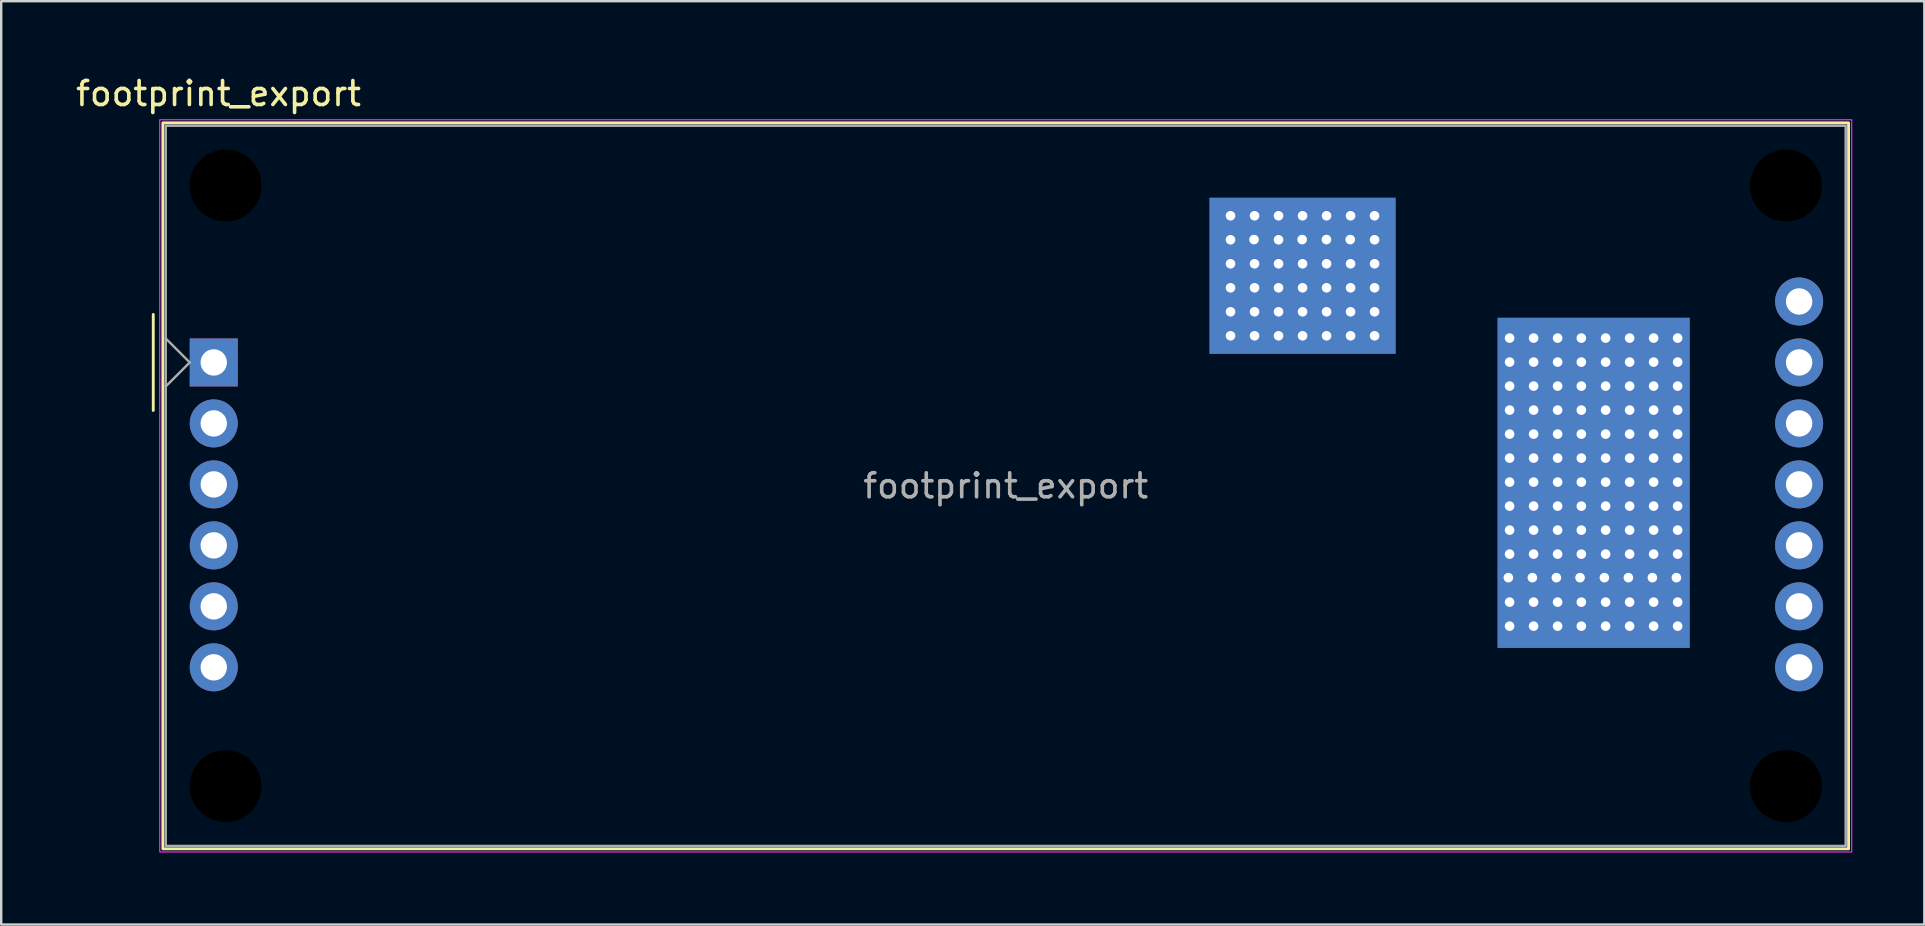
<source format=kicad_pcb>
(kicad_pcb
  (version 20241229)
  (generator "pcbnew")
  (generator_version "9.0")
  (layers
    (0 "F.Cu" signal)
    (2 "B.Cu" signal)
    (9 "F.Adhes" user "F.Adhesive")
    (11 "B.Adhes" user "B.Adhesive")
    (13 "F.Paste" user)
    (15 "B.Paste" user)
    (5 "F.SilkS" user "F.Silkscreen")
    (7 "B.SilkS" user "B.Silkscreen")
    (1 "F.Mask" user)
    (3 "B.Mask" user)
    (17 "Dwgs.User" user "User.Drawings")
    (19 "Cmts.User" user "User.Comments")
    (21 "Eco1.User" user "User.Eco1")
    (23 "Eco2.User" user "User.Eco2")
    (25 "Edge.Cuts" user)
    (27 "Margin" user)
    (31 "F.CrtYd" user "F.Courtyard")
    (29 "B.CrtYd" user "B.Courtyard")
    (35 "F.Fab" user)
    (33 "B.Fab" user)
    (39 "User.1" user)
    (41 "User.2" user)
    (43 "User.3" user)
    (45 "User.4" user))
  (footprint "footprint_export"
    (layer "F.Cu")
    (at 5.854 12.048)
    (property "Reference" "footprint_export" (at 0.2 -11.2 0) (unlocked yes) (layer "F.SilkS") (effects (font (size 1 1) (thickness 0.15))))
    (attr through_hole)
    (fp_line (start -2.52 -2) (end -2.52 2) (stroke (width 0.12) (type solid)) (layer "F.SilkS"))
    (fp_rect (start -2.12 -9.98) (end 68.1 20.26) (stroke (width 0.12) (type solid)) (fill no) (layer "F.SilkS"))
    (fp_rect (start -2.25 -10.11) (end 68.23 20.39) (stroke (width 0.05) (type solid)) (fill no) (layer "F.CrtYd"))
    (fp_line (start -2 1) (end -1 0) (stroke (width 0.1) (type solid)) (layer "F.Fab"))
    (fp_line (start -1 0) (end -2 -1) (stroke (width 0.1) (type solid)) (layer "F.Fab"))
    (fp_rect (start -2 -9.86) (end 67.98 20.14) (stroke (width 0.1) (type solid)) (fill no) (layer "F.Fab"))
    (fp_text user "${REFERENCE}" (at 32.99 5.14 0) (unlocked yes) (layer "F.Fab") (effects (font (size 1 1) (thickness 0.15))))
    (pad "" np_thru_hole circle (at 0.49 -7.37) (size 3 3) (drill 3) (layers "*.Mask"))
    (pad "" np_thru_hole circle (at 0.49 17.65) (size 3 3) (drill 3) (layers "*.Mask"))
    (pad "" np_thru_hole circle (at 65.49 -7.37) (size 3 3) (drill 3) (layers "*.Mask"))
    (pad "" np_thru_hole circle (at 65.49 17.65) (size 3 3) (drill 3) (layers "*.Mask"))
    (pad "1" thru_hole rect (at 0 0) (size 2 2) (drill 1.1) (layers "*.Cu" "*.Mask"))
    (pad "2" thru_hole circle (at 0 2.54) (size 2 2) (drill 1.1) (layers "*.Cu" "*.Mask"))
    (pad "2" thru_hole circle (at 42.355 -6.11) (size 0.8 0.8) (drill 0.4) (layers "*.Cu" "*.Mask"))
    (pad "2" thru_hole circle (at 42.355 -5.11) (size 0.8 0.8) (drill 0.4) (layers "*.Cu" "*.Mask"))
    (pad "2" thru_hole circle (at 42.355 -4.11) (size 0.8 0.8) (drill 0.4) (layers "*.Cu" "*.Mask"))
    (pad "2" thru_hole circle (at 42.355 -3.11) (size 0.8 0.8) (drill 0.4) (layers "*.Cu" "*.Mask"))
    (pad "2" thru_hole circle (at 42.355 -2.11) (size 0.8 0.8) (drill 0.4) (layers "*.Cu" "*.Mask"))
    (pad "2" thru_hole circle (at 42.355 -1.11) (size 0.8 0.8) (drill 0.4) (layers "*.Cu" "*.Mask"))
    (pad "2" thru_hole circle (at 43.334 -5.119) (size 0.8 0.8) (drill 0.4) (layers "*.Cu" "*.Mask"))
    (pad "2" thru_hole circle (at 43.355 -6.11) (size 0.8 0.8) (drill 0.4) (layers "*.Cu" "*.Mask"))
    (pad "2" thru_hole circle (at 43.355 -4.11) (size 0.8 0.8) (drill 0.4) (layers "*.Cu" "*.Mask"))
    (pad "2" thru_hole circle (at 43.355 -3.11) (size 0.8 0.8) (drill 0.4) (layers "*.Cu" "*.Mask"))
    (pad "2" thru_hole circle (at 43.355 -2.11) (size 0.8 0.8) (drill 0.4) (layers "*.Cu" "*.Mask"))
    (pad "2" thru_hole circle (at 43.355 -1.11) (size 0.8 0.8) (drill 0.4) (layers "*.Cu" "*.Mask"))
    (pad "2" thru_hole circle (at 44.355 -6.11) (size 0.8 0.8) (drill 0.4) (layers "*.Cu" "*.Mask"))
    (pad "2" thru_hole circle (at 44.355 -5.11) (size 0.8 0.8) (drill 0.4) (layers "*.Cu" "*.Mask"))
    (pad "2" thru_hole circle (at 44.355 -4.11) (size 0.8 0.8) (drill 0.4) (layers "*.Cu" "*.Mask"))
    (pad "2" thru_hole circle (at 44.355 -3.11) (size 0.8 0.8) (drill 0.4) (layers "*.Cu" "*.Mask"))
    (pad "2" thru_hole circle (at 44.355 -2.11) (size 0.8 0.8) (drill 0.4) (layers "*.Cu" "*.Mask"))
    (pad "2" thru_hole circle (at 44.355 -1.11) (size 0.8 0.8) (drill 0.4) (layers "*.Cu" "*.Mask"))
    (pad "2" thru_hole circle (at 45.338 -5.119) (size 0.8 0.8) (drill 0.4) (layers "*.Cu" "*.Mask"))
    (pad "2" thru_hole circle (at 45.355 -6.11) (size 0.8 0.8) (drill 0.4) (layers "*.Cu" "*.Mask"))
    (pad "2" thru_hole circle (at 45.355 -4.11) (size 0.8 0.8) (drill 0.4) (layers "*.Cu" "*.Mask"))
    (pad "2" smd rect (at 45.355 -3.61) (size 7.75 6.5) (layers "F.Cu" "F.Mask"))
    (pad "2" smd rect (at 45.355 -3.61) (size 7.75 6.5) (layers "B.Cu" "B.Mask"))
    (pad "2" thru_hole circle (at 45.355 -3.11) (size 0.8 0.8) (drill 0.4) (layers "*.Cu" "*.Mask"))
    (pad "2" thru_hole circle (at 45.355 -2.11) (size 0.8 0.8) (drill 0.4) (layers "*.Cu" "*.Mask"))
    (pad "2" thru_hole circle (at 45.355 -1.11) (size 0.8 0.8) (drill 0.4) (layers "*.Cu" "*.Mask"))
    (pad "2" thru_hole circle (at 46.35 -5.119) (size 0.8 0.8) (drill 0.4) (layers "*.Cu" "*.Mask"))
    (pad "2" thru_hole circle (at 46.355 -6.11) (size 0.8 0.8) (drill 0.4) (layers "*.Cu" "*.Mask"))
    (pad "2" thru_hole circle (at 46.355 -4.11) (size 0.8 0.8) (drill 0.4) (layers "*.Cu" "*.Mask"))
    (pad "2" thru_hole circle (at 46.355 -3.11) (size 0.8 0.8) (drill 0.4) (layers "*.Cu" "*.Mask"))
    (pad "2" thru_hole circle (at 46.355 -2.11) (size 0.8 0.8) (drill 0.4) (layers "*.Cu" "*.Mask"))
    (pad "2" thru_hole circle (at 46.355 -1.11) (size 0.8 0.8) (drill 0.4) (layers "*.Cu" "*.Mask"))
    (pad "2" thru_hole circle (at 47.341 -5.119) (size 0.8 0.8) (drill 0.4) (layers "*.Cu" "*.Mask"))
    (pad "2" thru_hole circle (at 47.355 -6.11) (size 0.8 0.8) (drill 0.4) (layers "*.Cu" "*.Mask"))
    (pad "2" thru_hole circle (at 47.355 -4.11) (size 0.8 0.8) (drill 0.4) (layers "*.Cu" "*.Mask"))
    (pad "2" thru_hole circle (at 47.355 -3.11) (size 0.8 0.8) (drill 0.4) (layers "*.Cu" "*.Mask"))
    (pad "2" thru_hole circle (at 47.355 -2.11) (size 0.8 0.8) (drill 0.4) (layers "*.Cu" "*.Mask"))
    (pad "2" thru_hole circle (at 47.355 -1.11) (size 0.8 0.8) (drill 0.4) (layers "*.Cu" "*.Mask"))
    (pad "2" thru_hole circle (at 48.353 -6.11) (size 0.8 0.8) (drill 0.4) (layers "*.Cu" "*.Mask"))
    (pad "2" thru_hole circle (at 48.355 -5.11) (size 0.8 0.8) (drill 0.4) (layers "*.Cu" "*.Mask"))
    (pad "2" thru_hole circle (at 48.355 -4.11) (size 0.8 0.8) (drill 0.4) (layers "*.Cu" "*.Mask"))
    (pad "2" thru_hole circle (at 48.355 -3.11) (size 0.8 0.8) (drill 0.4) (layers "*.Cu" "*.Mask"))
    (pad "2" thru_hole circle (at 48.355 -2.11) (size 0.8 0.8) (drill 0.4) (layers "*.Cu" "*.Mask"))
    (pad "2" thru_hole circle (at 48.355 -1.11) (size 0.8 0.8) (drill 0.4) (layers "*.Cu" "*.Mask"))
    (pad "3" thru_hole circle (at 0 5.08) (size 2 2) (drill 1.1) (layers "*.Cu" "*.Mask"))
    (pad "4" thru_hole circle (at 0 7.62) (size 2 2) (drill 1.1) (layers "*.Cu" "*.Mask"))
    (pad "5" thru_hole circle (at 0 10.16) (size 2 2) (drill 1.1) (layers "*.Cu" "*.Mask"))
    (pad "6" thru_hole circle (at 0 12.7) (size 2 2) (drill 1.1) (layers "*.Cu" "*.Mask"))
    (pad "7" thru_hole circle (at 66.04 12.7) (size 2 2) (drill 1.1) (layers "*.Cu" "*.Mask"))
    (pad "8" thru_hole circle (at 66.04 10.16) (size 2 2) (drill 1.1) (layers "*.Cu" "*.Mask"))
    (pad "9" thru_hole circle (at 66.04 7.62) (size 2 2) (drill 1.1) (layers "*.Cu" "*.Mask"))
    (pad "10" thru_hole circle (at 66.04 5.08) (size 2 2) (drill 1.1) (layers "*.Cu" "*.Mask"))
    (pad "11" thru_hole circle (at 53.928 8.965) (size 0.8 0.8) (drill 0.4) (layers "*.Cu" "*.Mask"))
    (pad "11" thru_hole circle (at 53.98 -1.015) (size 0.8 0.8) (drill 0.4) (layers "*.Cu" "*.Mask"))
    (pad "11" thru_hole circle (at 53.98 -0.015) (size 0.8 0.8) (drill 0.4) (layers "*.Cu" "*.Mask"))
    (pad "11" thru_hole circle (at 53.98 0.985) (size 0.8 0.8) (drill 0.4) (layers "*.Cu" "*.Mask"))
    (pad "11" thru_hole circle (at 53.98 1.985) (size 0.8 0.8) (drill 0.4) (layers "*.Cu" "*.Mask"))
    (pad "11" thru_hole circle (at 53.98 2.985) (size 0.8 0.8) (drill 0.4) (layers "*.Cu" "*.Mask"))
    (pad "11" thru_hole circle (at 53.98 3.985) (size 0.8 0.8) (drill 0.4) (layers "*.Cu" "*.Mask"))
    (pad "11" thru_hole circle (at 53.98 4.985) (size 0.8 0.8) (drill 0.4) (layers "*.Cu" "*.Mask"))
    (pad "11" thru_hole circle (at 53.98 5.985) (size 0.8 0.8) (drill 0.4) (layers "*.Cu" "*.Mask"))
    (pad "11" thru_hole circle (at 53.98 6.985) (size 0.8 0.8) (drill 0.4) (layers "*.Cu" "*.Mask"))
    (pad "11" thru_hole circle (at 53.98 7.985) (size 0.8 0.8) (drill 0.4) (layers "*.Cu" "*.Mask"))
    (pad "11" thru_hole circle (at 53.98 9.985) (size 0.8 0.8) (drill 0.4) (layers "*.Cu" "*.Mask"))
    (pad "11" thru_hole circle (at 53.98 10.985) (size 0.8 0.8) (drill 0.4) (layers "*.Cu" "*.Mask"))
    (pad "11" thru_hole circle (at 54.928 8.965) (size 0.8 0.8) (drill 0.4) (layers "*.Cu" "*.Mask"))
    (pad "11" thru_hole circle (at 54.98 -1.015) (size 0.8 0.8) (drill 0.4) (layers "*.Cu" "*.Mask"))
    (pad "11" thru_hole circle (at 54.98 -0.015) (size 0.8 0.8) (drill 0.4) (layers "*.Cu" "*.Mask"))
    (pad "11" thru_hole circle (at 54.98 0.985) (size 0.8 0.8) (drill 0.4) (layers "*.Cu" "*.Mask"))
    (pad "11" thru_hole circle (at 54.98 1.985) (size 0.8 0.8) (drill 0.4) (layers "*.Cu" "*.Mask"))
    (pad "11" thru_hole circle (at 54.98 2.985) (size 0.8 0.8) (drill 0.4) (layers "*.Cu" "*.Mask"))
    (pad "11" thru_hole circle (at 54.98 3.985) (size 0.8 0.8) (drill 0.4) (layers "*.Cu" "*.Mask"))
    (pad "11" thru_hole circle (at 54.98 4.985) (size 0.8 0.8) (drill 0.4) (layers "*.Cu" "*.Mask"))
    (pad "11" thru_hole circle (at 54.98 5.985) (size 0.8 0.8) (drill 0.4) (layers "*.Cu" "*.Mask"))
    (pad "11" thru_hole circle (at 54.98 6.985) (size 0.8 0.8) (drill 0.4) (layers "*.Cu" "*.Mask"))
    (pad "11" thru_hole circle (at 54.98 7.985) (size 0.8 0.8) (drill 0.4) (layers "*.Cu" "*.Mask"))
    (pad "11" thru_hole circle (at 54.98 9.985) (size 0.8 0.8) (drill 0.4) (layers "*.Cu" "*.Mask"))
    (pad "11" thru_hole circle (at 54.98 10.985) (size 0.8 0.8) (drill 0.4) (layers "*.Cu" "*.Mask"))
    (pad "11" thru_hole circle (at 55.928 8.965) (size 0.8 0.8) (drill 0.4) (layers "*.Cu" "*.Mask"))
    (pad "11" thru_hole circle (at 55.98 -1.015) (size 0.8 0.8) (drill 0.4) (layers "*.Cu" "*.Mask"))
    (pad "11" thru_hole circle (at 55.98 -0.015) (size 0.8 0.8) (drill 0.4) (layers "*.Cu" "*.Mask"))
    (pad "11" thru_hole circle (at 55.98 0.985) (size 0.8 0.8) (drill 0.4) (layers "*.Cu" "*.Mask"))
    (pad "11" thru_hole circle (at 55.98 1.985) (size 0.8 0.8) (drill 0.4) (layers "*.Cu" "*.Mask"))
    (pad "11" thru_hole circle (at 55.98 2.985) (size 0.8 0.8) (drill 0.4) (layers "*.Cu" "*.Mask"))
    (pad "11" thru_hole circle (at 55.98 3.985) (size 0.8 0.8) (drill 0.4) (layers "*.Cu" "*.Mask"))
    (pad "11" thru_hole circle (at 55.98 4.985) (size 0.8 0.8) (drill 0.4) (layers "*.Cu" "*.Mask"))
    (pad "11" thru_hole circle (at 55.98 5.985) (size 0.8 0.8) (drill 0.4) (layers "*.Cu" "*.Mask"))
    (pad "11" thru_hole circle (at 55.98 6.985) (size 0.8 0.8) (drill 0.4) (layers "*.Cu" "*.Mask"))
    (pad "11" thru_hole circle (at 55.98 7.985) (size 0.8 0.8) (drill 0.4) (layers "*.Cu" "*.Mask"))
    (pad "11" thru_hole circle (at 55.98 9.985) (size 0.8 0.8) (drill 0.4) (layers "*.Cu" "*.Mask"))
    (pad "11" thru_hole circle (at 55.98 10.985) (size 0.8 0.8) (drill 0.4) (layers "*.Cu" "*.Mask"))
    (pad "11" thru_hole circle (at 56.915 8.965) (size 0.8 0.8) (drill 0.4) (layers "*.Cu" "*.Mask"))
    (pad "11" thru_hole circle (at 56.968 -1.015) (size 0.8 0.8) (drill 0.4) (layers "*.Cu" "*.Mask"))
    (pad "11" thru_hole circle (at 56.968 -0.015) (size 0.8 0.8) (drill 0.4) (layers "*.Cu" "*.Mask"))
    (pad "11" thru_hole circle (at 56.968 0.985) (size 0.8 0.8) (drill 0.4) (layers "*.Cu" "*.Mask"))
    (pad "11" thru_hole circle (at 56.968 1.985) (size 0.8 0.8) (drill 0.4) (layers "*.Cu" "*.Mask"))
    (pad "11" thru_hole circle (at 56.968 2.985) (size 0.8 0.8) (drill 0.4) (layers "*.Cu" "*.Mask"))
    (pad "11" thru_hole circle (at 56.968 3.985) (size 0.8 0.8) (drill 0.4) (layers "*.Cu" "*.Mask"))
    (pad "11" thru_hole circle (at 56.968 4.985) (size 0.8 0.8) (drill 0.4) (layers "*.Cu" "*.Mask"))
    (pad "11" thru_hole circle (at 56.968 5.985) (size 0.8 0.8) (drill 0.4) (layers "*.Cu" "*.Mask"))
    (pad "11" thru_hole circle (at 56.968 6.985) (size 0.8 0.8) (drill 0.4) (layers "*.Cu" "*.Mask"))
    (pad "11" thru_hole circle (at 56.968 7.985) (size 0.8 0.8) (drill 0.4) (layers "*.Cu" "*.Mask"))
    (pad "11" thru_hole circle (at 56.968 9.985) (size 0.8 0.8) (drill 0.4) (layers "*.Cu" "*.Mask"))
    (pad "11" thru_hole circle (at 56.968 10.985) (size 0.8 0.8) (drill 0.4) (layers "*.Cu" "*.Mask"))
    (pad "11" smd rect (at 57.48 5.015) (size 8 13.75) (layers "F.Cu" "F.Mask"))
    (pad "11" smd rect (at 57.48 5.015) (size 8 13.75) (layers "B.Cu" "B.Mask"))
    (pad "11" thru_hole circle (at 57.928 8.965) (size 0.8 0.8) (drill 0.4) (layers "*.Cu" "*.Mask"))
    (pad "11" thru_hole circle (at 57.98 -1.015) (size 0.8 0.8) (drill 0.4) (layers "*.Cu" "*.Mask"))
    (pad "11" thru_hole circle (at 57.98 -0.015) (size 0.8 0.8) (drill 0.4) (layers "*.Cu" "*.Mask"))
    (pad "11" thru_hole circle (at 57.98 0.985) (size 0.8 0.8) (drill 0.4) (layers "*.Cu" "*.Mask"))
    (pad "11" thru_hole circle (at 57.98 1.985) (size 0.8 0.8) (drill 0.4) (layers "*.Cu" "*.Mask"))
    (pad "11" thru_hole circle (at 57.98 2.985) (size 0.8 0.8) (drill 0.4) (layers "*.Cu" "*.Mask"))
    (pad "11" thru_hole circle (at 57.98 3.985) (size 0.8 0.8) (drill 0.4) (layers "*.Cu" "*.Mask"))
    (pad "11" thru_hole circle (at 57.98 4.985) (size 0.8 0.8) (drill 0.4) (layers "*.Cu" "*.Mask"))
    (pad "11" thru_hole circle (at 57.98 5.985) (size 0.8 0.8) (drill 0.4) (layers "*.Cu" "*.Mask"))
    (pad "11" thru_hole circle (at 57.98 6.985) (size 0.8 0.8) (drill 0.4) (layers "*.Cu" "*.Mask"))
    (pad "11" thru_hole circle (at 57.98 7.985) (size 0.8 0.8) (drill 0.4) (layers "*.Cu" "*.Mask"))
    (pad "11" thru_hole circle (at 57.98 9.985) (size 0.8 0.8) (drill 0.4) (layers "*.Cu" "*.Mask"))
    (pad "11" thru_hole circle (at 57.98 10.985) (size 0.8 0.8) (drill 0.4) (layers "*.Cu" "*.Mask"))
    (pad "11" thru_hole circle (at 58.928 8.965) (size 0.8 0.8) (drill 0.4) (layers "*.Cu" "*.Mask"))
    (pad "11" thru_hole circle (at 58.98 -1.015) (size 0.8 0.8) (drill 0.4) (layers "*.Cu" "*.Mask"))
    (pad "11" thru_hole circle (at 58.98 -0.015) (size 0.8 0.8) (drill 0.4) (layers "*.Cu" "*.Mask"))
    (pad "11" thru_hole circle (at 58.98 0.985) (size 0.8 0.8) (drill 0.4) (layers "*.Cu" "*.Mask"))
    (pad "11" thru_hole circle (at 58.98 1.985) (size 0.8 0.8) (drill 0.4) (layers "*.Cu" "*.Mask"))
    (pad "11" thru_hole circle (at 58.98 2.985) (size 0.8 0.8) (drill 0.4) (layers "*.Cu" "*.Mask"))
    (pad "11" thru_hole circle (at 58.98 3.985) (size 0.8 0.8) (drill 0.4) (layers "*.Cu" "*.Mask"))
    (pad "11" thru_hole circle (at 58.98 4.985) (size 0.8 0.8) (drill 0.4) (layers "*.Cu" "*.Mask"))
    (pad "11" thru_hole circle (at 58.98 5.985) (size 0.8 0.8) (drill 0.4) (layers "*.Cu" "*.Mask"))
    (pad "11" thru_hole circle (at 58.98 6.985) (size 0.8 0.8) (drill 0.4) (layers "*.Cu" "*.Mask"))
    (pad "11" thru_hole circle (at 58.98 7.985) (size 0.8 0.8) (drill 0.4) (layers "*.Cu" "*.Mask"))
    (pad "11" thru_hole circle (at 58.98 9.985) (size 0.8 0.8) (drill 0.4) (layers "*.Cu" "*.Mask"))
    (pad "11" thru_hole circle (at 58.98 10.985) (size 0.8 0.8) (drill 0.4) (layers "*.Cu" "*.Mask"))
    (pad "11" thru_hole circle (at 59.928 8.965) (size 0.8 0.8) (drill 0.4) (layers "*.Cu" "*.Mask"))
    (pad "11" thru_hole circle (at 59.98 -1.015) (size 0.8 0.8) (drill 0.4) (layers "*.Cu" "*.Mask"))
    (pad "11" thru_hole circle (at 59.98 -0.015) (size 0.8 0.8) (drill 0.4) (layers "*.Cu" "*.Mask"))
    (pad "11" thru_hole circle (at 59.98 0.985) (size 0.8 0.8) (drill 0.4) (layers "*.Cu" "*.Mask"))
    (pad "11" thru_hole circle (at 59.98 1.985) (size 0.8 0.8) (drill 0.4) (layers "*.Cu" "*.Mask"))
    (pad "11" thru_hole circle (at 59.98 2.985) (size 0.8 0.8) (drill 0.4) (layers "*.Cu" "*.Mask"))
    (pad "11" thru_hole circle (at 59.98 3.985) (size 0.8 0.8) (drill 0.4) (layers "*.Cu" "*.Mask"))
    (pad "11" thru_hole circle (at 59.98 4.985) (size 0.8 0.8) (drill 0.4) (layers "*.Cu" "*.Mask"))
    (pad "11" thru_hole circle (at 59.98 5.985) (size 0.8 0.8) (drill 0.4) (layers "*.Cu" "*.Mask"))
    (pad "11" thru_hole circle (at 59.98 6.985) (size 0.8 0.8) (drill 0.4) (layers "*.Cu" "*.Mask"))
    (pad "11" thru_hole circle (at 59.98 7.985) (size 0.8 0.8) (drill 0.4) (layers "*.Cu" "*.Mask"))
    (pad "11" thru_hole circle (at 59.98 9.985) (size 0.8 0.8) (drill 0.4) (layers "*.Cu" "*.Mask"))
    (pad "11" thru_hole circle (at 59.98 10.985) (size 0.8 0.8) (drill 0.4) (layers "*.Cu" "*.Mask"))
    (pad "11" thru_hole circle (at 60.928 8.965) (size 0.8 0.8) (drill 0.4) (layers "*.Cu" "*.Mask"))
    (pad "11" thru_hole circle (at 60.98 -1.015) (size 0.8 0.8) (drill 0.4) (layers "*.Cu" "*.Mask"))
    (pad "11" thru_hole circle (at 60.98 -0.015) (size 0.8 0.8) (drill 0.4) (layers "*.Cu" "*.Mask"))
    (pad "11" thru_hole circle (at 60.98 0.985) (size 0.8 0.8) (drill 0.4) (layers "*.Cu" "*.Mask"))
    (pad "11" thru_hole circle (at 60.98 1.985) (size 0.8 0.8) (drill 0.4) (layers "*.Cu" "*.Mask"))
    (pad "11" thru_hole circle (at 60.98 2.985) (size 0.8 0.8) (drill 0.4) (layers "*.Cu" "*.Mask"))
    (pad "11" thru_hole circle (at 60.98 3.985) (size 0.8 0.8) (drill 0.4) (layers "*.Cu" "*.Mask"))
    (pad "11" thru_hole circle (at 60.98 4.985) (size 0.8 0.8) (drill 0.4) (layers "*.Cu" "*.Mask"))
    (pad "11" thru_hole circle (at 60.98 5.985) (size 0.8 0.8) (drill 0.4) (layers "*.Cu" "*.Mask"))
    (pad "11" thru_hole circle (at 60.98 6.985) (size 0.8 0.8) (drill 0.4) (layers "*.Cu" "*.Mask"))
    (pad "11" thru_hole circle (at 60.98 7.985) (size 0.8 0.8) (drill 0.4) (layers "*.Cu" "*.Mask"))
    (pad "11" thru_hole circle (at 60.98 9.985) (size 0.8 0.8) (drill 0.4) (layers "*.Cu" "*.Mask"))
    (pad "11" thru_hole circle (at 60.98 10.985) (size 0.8 0.8) (drill 0.4) (layers "*.Cu" "*.Mask"))
    (pad "11" thru_hole circle (at 66.04 2.54) (size 2 2) (drill 1.1) (layers "*.Cu" "*.Mask"))
    (pad "12" thru_hole circle (at 66.04 0) (size 2 2) (drill 1.1) (layers "*.Cu" "*.Mask"))
    (pad "13" thru_hole circle (at 66.04 -2.54) (size 2 2) (drill 1.1) (layers "*.Cu" "*.Mask"))
    (zone (net_name "") (layers "F.Cu" "B.Cu") (name "Isolation") (hatch edge 0.508) (connect_pads) (min_thickness 0.254) (filled_areas_thickness no) (keepout (tracks not_allowed) (vias not_allowed) (pads not_allowed) (copperpour not_allowed) (footprints allowed)) (placement (enabled no)) (fill) (polygon (pts (xy 65.329 10.148) (xy 58.129 10.148) (xy 58.129 23.998) (xy 62.429 23.998) (xy 62.429 29.023) (xy 57.579 29.023) (xy 57.579 32.173) (xy 54.579 32.173) (xy 54.579 26.023) (xy 55.129 26.023) (xy 55.129 25.523) (xy 55.129 7.148) (xy 62.329 7.148) (xy 62.329 2.198) (xy 65.329 2.173)))))
  (gr_rect
    (start -3 -3)
    (end 77.109 35.463)
    (stroke (width 0.1) (type default))
    (fill no)
    (layer "Edge.Cuts")))
</source>
